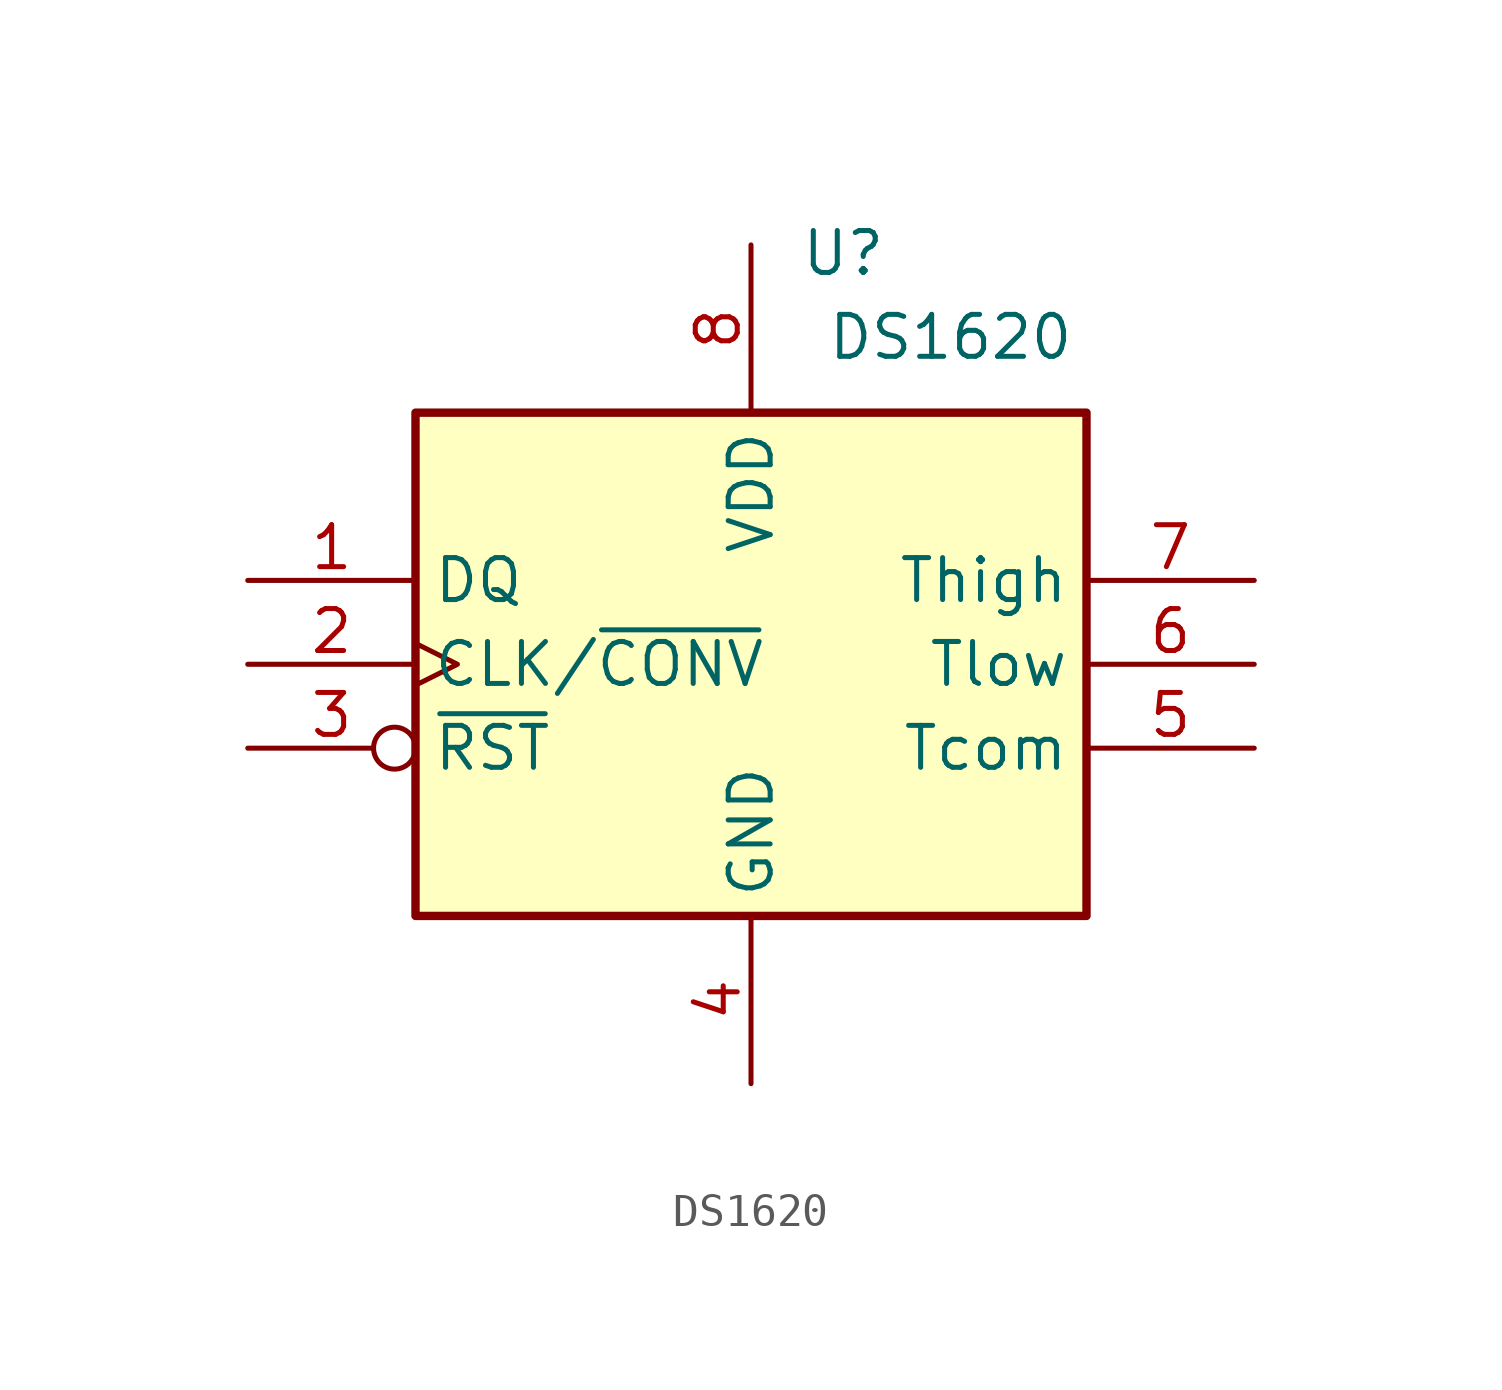
<source format=kicad_sym>
(kicad_symbol_lib
  (version 20231120)
  (generator "kicad_symbol_editor")
  (generator_version "8.0")
  (symbol "DS1620"
    (property "Reference" "U"
      (at 2.794 12.446 0)
      (effects (font (size 1.27 1.27))))
    (property "Value" "DS1620"
      (at 2.286 9.906 0)
      (effects (font (size 1.27 1.27)) (justify left)))
    (symbol "DS1620_0_1"
      (rectangle (start -10.16 7.62) (end 10.16 -7.62) (stroke (width 0.254) (type default)) (fill (type background))))
    (symbol "DS1620_1_1"
      (pin bidirectional line (at -15.24 2.54 0) (length 5.08) (name "DQ" (effects (font (size 1.27 1.27)))) (number "1" (effects (font (size 1.27 1.27)))))
      (pin input clock (at -15.24 0 0) (length 5.08) (name "CLK/~{CONV}" (effects (font (size 1.27 1.27)))) (number "2" (effects (font (size 1.27 1.27)))))
      (pin input inverted (at -15.24 -2.54 0) (length 5.08) (name "~{RST}" (effects (font (size 1.27 1.27)))) (number "3" (effects (font (size 1.27 1.27)))))
      (pin power_in line (at 0 -12.7 90) (length 5.08) (name "GND" (effects (font (size 1.27 1.27)))) (number "4" (effects (font (size 1.27 1.27)))))
      (pin output line (at 15.24 -2.54 180) (length 5.08) (name "Tcom" (effects (font (size 1.27 1.27)))) (number "5" (effects (font (size 1.27 1.27)))))
      (pin output line (at 15.24 0 180) (length 5.08) (name "Tlow" (effects (font (size 1.27 1.27)))) (number "6" (effects (font (size 1.27 1.27)))))
      (pin output line (at 15.24 2.54 180) (length 5.08) (name "Thigh" (effects (font (size 1.27 1.27)))) (number "7" (effects (font (size 1.27 1.27)))))
      (pin power_in line (at 0 12.7 270) (length 5.08) (name "VDD" (effects (font (size 1.27 1.27)))) (number "8" (effects (font (size 1.27 1.27))))))))
</source>
